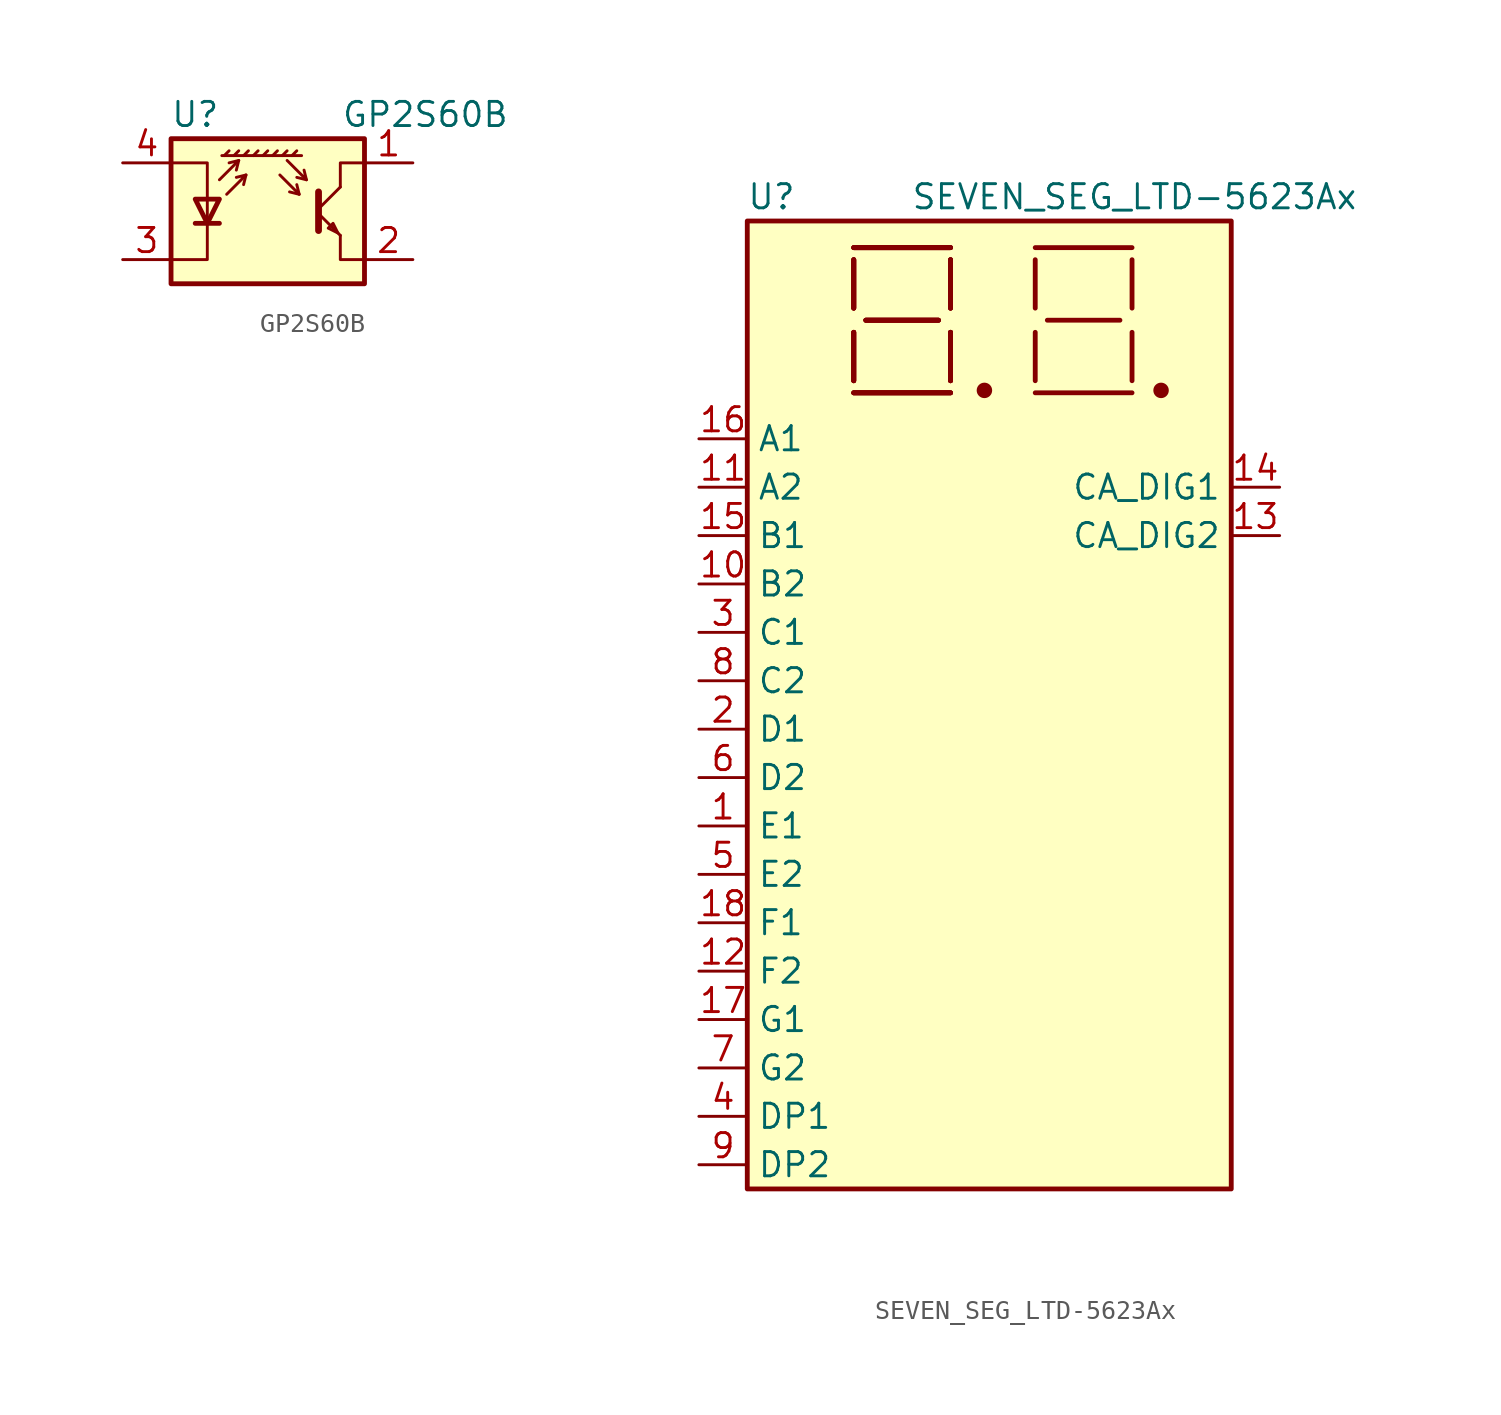
<source format=kicad_sym>
(kicad_symbol_lib
  (version 20241209)
  (generator "kicad_symbol_editor")
  (generator_version "9.0")
  (symbol "GP2S60B"
    (pin_names
      (offset 0.025)
      (hide yes))
    (property "Reference" "U"
      (at -3.81 5.08 0)
      (effects (font (size 1.27 1.27))))
    (property "Value" "GP2S60B"
      (at 12.7 5.08 0)
      (effects (font (size 1.27 1.27)) (justify right)))
    (symbol "GP2S60B_0_1"
      (polyline (pts (xy -5.08 -2.54) (xy -3.175 -2.54) (xy -3.175 2.54) (xy -5.08 2.54)) (stroke (width 0) (type default)) (fill (type none)))
      (polyline (pts (xy -5.08 -3.81) (xy 5.08 -3.81) (xy 5.08 3.81) (xy -5.08 3.81) (xy -5.08 -3.81)) (stroke (width 0.254) (type default)) (fill (type background)))
      (polyline (pts (xy -3.81 -0.635) (xy -2.54 -0.635)) (stroke (width 0.254) (type default)) (fill (type none)))
      (polyline (pts (xy -3.175 -0.635) (xy -3.81 0.635) (xy -2.54 0.635) (xy -3.175 -0.635)) (stroke (width 0.254) (type default)) (fill (type none)))
      (polyline (pts (xy -2.54 1.651) (xy -1.524 2.667) (xy -2.032 2.54)) (stroke (width 0) (type default)) (fill (type none)))
      (polyline (pts (xy -2.286 2.921) (xy -2.032 3.175)) (stroke (width 0) (type default)) (fill (type none)))
      (polyline (pts (xy -2.159 0.889) (xy -1.143 1.905) (xy -1.651 1.778)) (stroke (width 0) (type default)) (fill (type none)))
      (polyline (pts (xy -1.778 2.921) (xy -1.524 3.175)) (stroke (width 0) (type default)) (fill (type none)))
      (polyline (pts (xy -1.524 2.667) (xy -1.651 2.159)) (stroke (width 0) (type default)) (fill (type none)))
      (polyline (pts (xy -1.27 2.921) (xy -1.016 3.175)) (stroke (width 0) (type default)) (fill (type none)))
      (polyline (pts (xy -1.143 1.905) (xy -1.27 1.397)) (stroke (width 0) (type default)) (fill (type none)))
      (polyline (pts (xy -0.762 2.921) (xy -0.508 3.175)) (stroke (width 0) (type default)) (fill (type none)))
      (polyline (pts (xy -0.254 2.921) (xy 0 3.175)) (stroke (width 0) (type default)) (fill (type none)))
      (polyline (pts (xy 0.254 2.921) (xy 0.508 3.175)) (stroke (width 0) (type default)) (fill (type none)))
      (polyline (pts (xy 0.635 1.905) (xy 1.651 0.889) (xy 1.524 1.397)) (stroke (width 0) (type default)) (fill (type none)))
      (polyline (pts (xy 0.762 2.921) (xy 1.016 3.175)) (stroke (width 0) (type default)) (fill (type none)))
      (polyline (pts (xy 1.016 2.667) (xy 2.032 1.651) (xy 1.905 2.159)) (stroke (width 0) (type default)) (fill (type none)))
      (polyline (pts (xy 1.27 2.921) (xy 1.524 3.175)) (stroke (width 0) (type default)) (fill (type none)))
      (polyline (pts (xy 1.651 0.889) (xy 1.143 1.016)) (stroke (width 0) (type default)) (fill (type none)))
      (polyline (pts (xy 1.778 2.921) (xy -2.413 2.921)) (stroke (width 0) (type default)) (fill (type none)))
      (polyline (pts (xy 2.032 1.651) (xy 1.524 1.778)) (stroke (width 0) (type default)) (fill (type none)))
      (polyline (pts (xy 2.667 1.016) (xy 2.667 -1.016)) (stroke (width 0.356) (type default)) (fill (type none)))
      (polyline (pts (xy 2.667 0.127) (xy 3.81 1.27)) (stroke (width 0) (type default)) (fill (type none)))
      (polyline (pts (xy 2.667 -0.127) (xy 3.81 -1.27)) (stroke (width 0) (type default)) (fill (type none)))
      (polyline (pts (xy 3.683 -1.143) (xy 3.429 -0.635) (xy 3.175 -0.889) (xy 3.683 -1.143)) (stroke (width 0) (type default)) (fill (type none)))
      (polyline (pts (xy 3.81 1.27) (xy 3.81 2.54) (xy 5.08 2.54)) (stroke (width 0) (type default)) (fill (type none)))
      (polyline (pts (xy 3.81 -1.27) (xy 3.81 -2.54) (xy 5.08 -2.54)) (stroke (width 0) (type default)) (fill (type none))))
    (symbol "GP2S60B_1_1"
      (pin passive line (at -7.62 2.54 0) (length 2.54) (name "A" (effects (font (size 1.27 1.27)))) (number "4" (effects (font (size 1.27 1.27)))))
      (pin passive line (at -7.62 -2.54 0) (length 2.54) (name "K" (effects (font (size 1.27 1.27)))) (number "3" (effects (font (size 1.27 1.27)))))
      (pin open_collector line (at 7.62 2.54 180) (length 2.54) (name "~" (effects (font (size 1.27 1.27)))) (number "1" (effects (font (size 1.27 1.27)))))
      (pin open_emitter line (at 7.62 -2.54 180) (length 2.54) (name "~" (effects (font (size 1.27 1.27)))) (number "2" (effects (font (size 1.27 1.27)))))))
  (symbol "SEVEN_SEG_LTD-5623Ax"
    (property "Reference" "U"
      (at -11.43 13.97 0)
      (effects (font (size 1.27 1.27))))
    (property "Value" "SEVEN_SEG_LTD-5623Ax"
      (at 7.62 13.97 0)
      (effects (font (size 1.27 1.27))))
    (symbol "SEVEN_SEG_LTD-5623Ax_0_1"
      (rectangle (start -12.7 12.7) (end 12.7 -38.1) (stroke (width 0.254) (type default)) (fill (type background)))
      (polyline (pts (xy -7.112 11.303) (xy -2.032 11.303)) (stroke (width 0.254) (type default)) (fill (type none)))
      (polyline (pts (xy -7.112 11.303) (xy -2.032 11.303)) (stroke (width 0.254) (type default)) (fill (type none)))
      (polyline (pts (xy -7.112 11.303) (xy -2.032 11.303)) (stroke (width 0.254) (type default)) (fill (type none)))
      (polyline (pts (xy -7.112 11.303) (xy -2.032 11.303)) (stroke (width 0.254) (type default)) (fill (type none)))
      (polyline (pts (xy -7.112 8.128) (xy -7.112 10.668)) (stroke (width 0.254) (type default)) (fill (type none)))
      (polyline (pts (xy -7.112 8.128) (xy -7.112 10.668)) (stroke (width 0.254) (type default)) (fill (type none)))
      (polyline (pts (xy -7.112 8.128) (xy -7.112 10.668)) (stroke (width 0.254) (type default)) (fill (type none)))
      (polyline (pts (xy -7.112 8.128) (xy -7.112 10.668)) (stroke (width 0.254) (type default)) (fill (type none)))
      (polyline (pts (xy -7.112 4.318) (xy -7.112 6.858)) (stroke (width 0.254) (type default)) (fill (type none)))
      (polyline (pts (xy -7.112 4.318) (xy -7.112 6.858)) (stroke (width 0.254) (type default)) (fill (type none)))
      (polyline (pts (xy -7.112 4.318) (xy -7.112 6.858)) (stroke (width 0.254) (type default)) (fill (type none)))
      (polyline (pts (xy -7.112 4.318) (xy -7.112 6.858)) (stroke (width 0.254) (type default)) (fill (type none)))
      (polyline (pts (xy -7.112 3.683) (xy -2.032 3.683)) (stroke (width 0.254) (type default)) (fill (type none)))
      (polyline (pts (xy -7.112 3.683) (xy -2.032 3.683)) (stroke (width 0.254) (type default)) (fill (type none)))
      (polyline (pts (xy -7.112 3.683) (xy -2.032 3.683)) (stroke (width 0.254) (type default)) (fill (type none)))
      (polyline (pts (xy -7.112 3.683) (xy -2.032 3.683)) (stroke (width 0.254) (type default)) (fill (type none)))
      (polyline (pts (xy -6.477 7.493) (xy -2.667 7.493)) (stroke (width 0.254) (type default)) (fill (type none)))
      (polyline (pts (xy -6.477 7.493) (xy -2.667 7.493)) (stroke (width 0.254) (type default)) (fill (type none)))
      (polyline (pts (xy -6.477 7.493) (xy -2.667 7.493)) (stroke (width 0.254) (type default)) (fill (type none)))
      (polyline (pts (xy -6.477 7.493) (xy -2.667 7.493)) (stroke (width 0.254) (type default)) (fill (type none)))
      (polyline (pts (xy -2.032 10.668) (xy -2.032 8.128)) (stroke (width 0.254) (type default)) (fill (type none)))
      (polyline (pts (xy -2.032 10.668) (xy -2.032 8.128)) (stroke (width 0.254) (type default)) (fill (type none)))
      (polyline (pts (xy -2.032 10.668) (xy -2.032 8.128)) (stroke (width 0.254) (type default)) (fill (type none)))
      (polyline (pts (xy -2.032 10.668) (xy -2.032 8.128)) (stroke (width 0.254) (type default)) (fill (type none)))
      (polyline (pts (xy -2.032 4.318) (xy -2.032 6.858)) (stroke (width 0.254) (type default)) (fill (type none)))
      (polyline (pts (xy -2.032 4.318) (xy -2.032 6.858)) (stroke (width 0.254) (type default)) (fill (type none)))
      (polyline (pts (xy -2.032 4.318) (xy -2.032 6.858)) (stroke (width 0.254) (type default)) (fill (type none)))
      (polyline (pts (xy -2.032 4.318) (xy -2.032 6.858)) (stroke (width 0.254) (type default)) (fill (type none)))
      (circle (center -0.254 3.81) (radius 0.279) (stroke (width 0.254) (type default)) (fill (type outline)))
      (polyline (pts (xy 2.413 11.303) (xy 7.493 11.303)) (stroke (width 0.254) (type default)) (fill (type none)))
      (polyline (pts (xy 2.413 8.128) (xy 2.413 10.668)) (stroke (width 0.254) (type default)) (fill (type none)))
      (polyline (pts (xy 2.413 4.318) (xy 2.413 6.858)) (stroke (width 0.254) (type default)) (fill (type none)))
      (polyline (pts (xy 2.413 3.683) (xy 7.493 3.683)) (stroke (width 0.254) (type default)) (fill (type none)))
      (polyline (pts (xy 3.048 7.493) (xy 6.858 7.493)) (stroke (width 0.254) (type default)) (fill (type none)))
      (polyline (pts (xy 7.493 8.128) (xy 7.493 10.668)) (stroke (width 0.254) (type default)) (fill (type none)))
      (polyline (pts (xy 7.493 4.318) (xy 7.493 6.858)) (stroke (width 0.254) (type default)) (fill (type none)))
      (circle (center 9.017 3.81) (radius 0.279) (stroke (width 0.254) (type default)) (fill (type outline))))
    (symbol "SEVEN_SEG_LTD-5623Ax_1_1"
      (pin input line (at -15.24 1.27 0) (length 2.54) (name "A1" (effects (font (size 1.27 1.27)))) (number "16" (effects (font (size 1.27 1.27)))))
      (pin input line (at -15.24 -1.27 0) (length 2.54) (name "A2" (effects (font (size 1.27 1.27)))) (number "11" (effects (font (size 1.27 1.27)))))
      (pin input line (at -15.24 -3.81 0) (length 2.54) (name "B1" (effects (font (size 1.27 1.27)))) (number "15" (effects (font (size 1.27 1.27)))))
      (pin input line (at -15.24 -6.35 0) (length 2.54) (name "B2" (effects (font (size 1.27 1.27)))) (number "10" (effects (font (size 1.27 1.27)))))
      (pin input line (at -15.24 -8.89 0) (length 2.54) (name "C1" (effects (font (size 1.27 1.27)))) (number "3" (effects (font (size 1.27 1.27)))))
      (pin input line (at -15.24 -11.43 0) (length 2.54) (name "C2" (effects (font (size 1.27 1.27)))) (number "8" (effects (font (size 1.27 1.27)))))
      (pin input line (at -15.24 -13.97 0) (length 2.54) (name "D1" (effects (font (size 1.27 1.27)))) (number "2" (effects (font (size 1.27 1.27)))))
      (pin input line (at -15.24 -16.51 0) (length 2.54) (name "D2" (effects (font (size 1.27 1.27)))) (number "6" (effects (font (size 1.27 1.27)))))
      (pin input line (at -15.24 -19.05 0) (length 2.54) (name "E1" (effects (font (size 1.27 1.27)))) (number "1" (effects (font (size 1.27 1.27)))))
      (pin input line (at -15.24 -21.59 0) (length 2.54) (name "E2" (effects (font (size 1.27 1.27)))) (number "5" (effects (font (size 1.27 1.27)))))
      (pin input line (at -15.24 -24.13 0) (length 2.54) (name "F1" (effects (font (size 1.27 1.27)))) (number "18" (effects (font (size 1.27 1.27)))))
      (pin input line (at -15.24 -26.67 0) (length 2.54) (name "F2" (effects (font (size 1.27 1.27)))) (number "12" (effects (font (size 1.27 1.27)))))
      (pin input line (at -15.24 -29.21 0) (length 2.54) (name "G1" (effects (font (size 1.27 1.27)))) (number "17" (effects (font (size 1.27 1.27)))))
      (pin input line (at -15.24 -31.75 0) (length 2.54) (name "G2" (effects (font (size 1.27 1.27)))) (number "7" (effects (font (size 1.27 1.27)))))
      (pin input line (at -15.24 -34.29 0) (length 2.54) (name "DP1" (effects (font (size 1.27 1.27)))) (number "4" (effects (font (size 1.27 1.27)))))
      (pin input line (at -15.24 -36.83 0) (length 2.54) (name "DP2" (effects (font (size 1.27 1.27)))) (number "9" (effects (font (size 1.27 1.27)))))
      (pin input line (at 15.24 -1.27 180) (length 2.54) (name "CA_DIG1" (effects (font (size 1.27 1.27)))) (number "14" (effects (font (size 1.27 1.27)))))
      (pin input line (at 15.24 -3.81 180) (length 2.54) (name "CA_DIG2" (effects (font (size 1.27 1.27)))) (number "13" (effects (font (size 1.27 1.27))))))))
</source>
